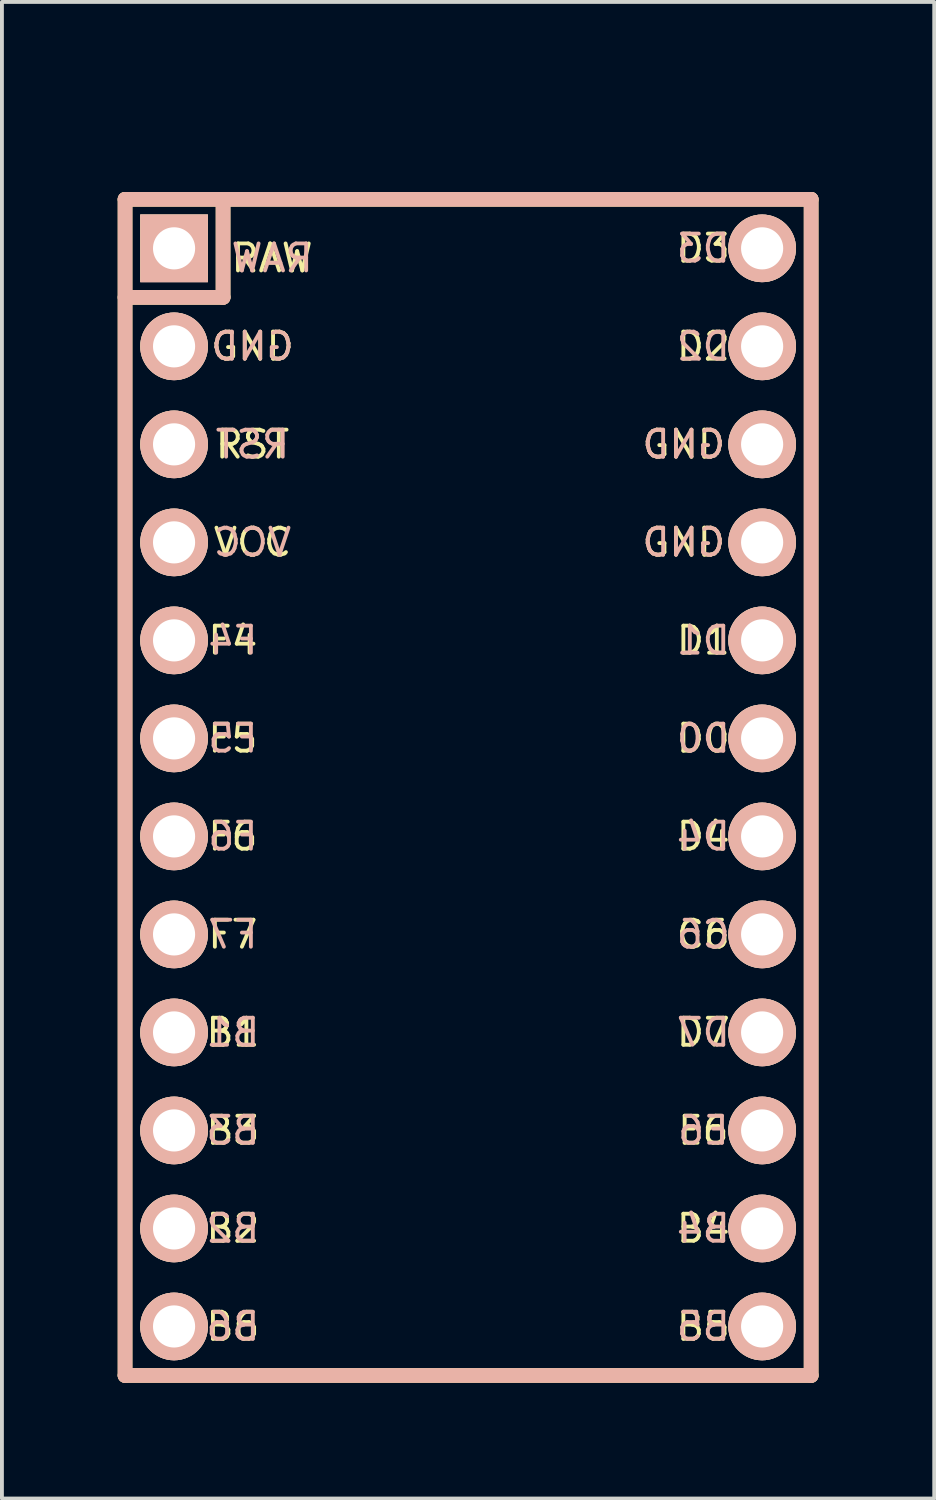
<source format=kicad_pcb>
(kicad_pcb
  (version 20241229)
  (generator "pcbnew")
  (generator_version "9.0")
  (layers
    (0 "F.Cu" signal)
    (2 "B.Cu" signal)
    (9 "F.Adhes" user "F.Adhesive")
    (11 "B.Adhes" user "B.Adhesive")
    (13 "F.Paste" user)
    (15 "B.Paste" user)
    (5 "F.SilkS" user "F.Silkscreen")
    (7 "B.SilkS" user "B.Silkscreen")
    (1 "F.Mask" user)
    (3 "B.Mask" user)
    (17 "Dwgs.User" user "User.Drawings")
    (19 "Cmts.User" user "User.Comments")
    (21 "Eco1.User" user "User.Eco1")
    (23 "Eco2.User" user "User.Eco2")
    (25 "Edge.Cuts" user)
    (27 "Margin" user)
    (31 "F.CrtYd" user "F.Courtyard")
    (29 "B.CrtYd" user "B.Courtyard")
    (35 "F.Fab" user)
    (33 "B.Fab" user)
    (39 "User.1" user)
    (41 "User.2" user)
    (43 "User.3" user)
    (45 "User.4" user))
  (footprint "Pro_Micro"
    (layer "F.Cu")
    (at 9.081 15.832)
    (property "Reference" "Pro_Micro" (at 0.508 -14.732 0) (layer "Eco1.User") (effects (font (size 1.27 1.524) (thickness 0.203))))
    (attr through_hole)
    (fp_line (start -8.89 -13.716) (end -8.89 16.764) (stroke (width 0.381) (type solid)) (layer "F.SilkS"))
    (fp_line (start -8.89 16.764) (end 8.89 16.764) (stroke (width 0.381) (type solid)) (layer "F.SilkS"))
    (fp_line (start -6.35 -13.716) (end -6.35 -11.176) (stroke (width 0.381) (type solid)) (layer "F.SilkS"))
    (fp_line (start -6.35 -11.176) (end -8.89 -11.176) (stroke (width 0.381) (type solid)) (layer "F.SilkS"))
    (fp_line (start 8.89 -13.716) (end -8.89 -13.716) (stroke (width 0.381) (type solid)) (layer "F.SilkS"))
    (fp_line (start 8.89 16.764) (end 8.89 -13.716) (stroke (width 0.381) (type solid)) (layer "F.SilkS"))
    (fp_line (start -8.89 -13.716) (end -8.89 16.764) (stroke (width 0.381) (type solid)) (layer "B.SilkS"))
    (fp_line (start -8.89 16.764) (end 8.89 16.764) (stroke (width 0.381) (type solid)) (layer "B.SilkS"))
    (fp_line (start -6.35 -13.716) (end -6.35 -11.176) (stroke (width 0.381) (type solid)) (layer "B.SilkS"))
    (fp_line (start -6.35 -11.176) (end -8.89 -11.176) (stroke (width 0.381) (type solid)) (layer "B.SilkS"))
    (fp_line (start 8.89 -13.716) (end -8.89 -13.716) (stroke (width 0.381) (type solid)) (layer "B.SilkS"))
    (fp_line (start 8.89 16.764) (end 8.89 -13.716) (stroke (width 0.381) (type solid)) (layer "B.SilkS"))
    (fp_text user "B5" (at 6.096 15.494 0) (layer "F.SilkS") (effects (font (size 0.7 0.7) (thickness 0.1))))
    (fp_text user "D1" (at 6.096 -2.286 0) (layer "F.SilkS") (effects (font (size 0.7 0.7) (thickness 0.1))))
    (fp_text user "B6" (at -6.096 15.494 0) (layer "F.SilkS") (effects (font (size 0.7 0.7) (thickness 0.1))))
    (fp_text user "VCC" (at -5.588 -4.826 0) (layer "F.SilkS") (effects (font (size 0.7 0.7) (thickness 0.1))))
    (fp_text user "F5" (at -6.096 0.254 0) (layer "F.SilkS") (effects (font (size 0.7 0.7) (thickness 0.1))))
    (fp_text user "B2" (at -6.096 12.954 0) (layer "F.SilkS") (effects (font (size 0.7 0.7) (thickness 0.1))))
    (fp_text user "D3" (at 6.096 -12.446 0) (layer "F.SilkS") (effects (font (size 0.7 0.7) (thickness 0.1))))
    (fp_text user "D0" (at 6.096 0.254 0) (layer "F.SilkS") (effects (font (size 0.7 0.7) (thickness 0.1))))
    (fp_text user "D7" (at 6.096 7.874 0) (layer "F.SilkS") (effects (font (size 0.7 0.7) (thickness 0.1))))
    (fp_text user "RST" (at -5.588 -7.366 0) (layer "F.SilkS") (effects (font (size 0.7 0.7) (thickness 0.1))))
    (fp_text user "D4" (at 6.096 2.794 0) (layer "F.SilkS") (effects (font (size 0.7 0.7) (thickness 0.1))))
    (fp_text user "F4" (at -6.096 -2.286 0) (layer "F.SilkS") (effects (font (size 0.7 0.7) (thickness 0.1))))
    (fp_text user "B3" (at -6.096 10.414 0) (layer "F.SilkS") (effects (font (size 0.7 0.7) (thickness 0.1))))
    (fp_text user "RAW" (at -5.08 -12.192 0) (layer "F.SilkS") (effects (font (size 0.7 0.7) (thickness 0.1))))
    (fp_text user "B4" (at 6.096 12.954 0) (layer "F.SilkS") (effects (font (size 0.7 0.7) (thickness 0.1))))
    (fp_text user "GND" (at 5.588 -7.366 0) (layer "F.SilkS") (effects (font (size 0.7 0.7) (thickness 0.1))))
    (fp_text user "B1" (at -6.096 7.874 0) (layer "F.SilkS") (effects (font (size 0.7 0.7) (thickness 0.1))))
    (fp_text user "GND" (at -5.588 -9.906 0) (layer "F.SilkS") (effects (font (size 0.7 0.7) (thickness 0.1))))
    (fp_text user "F7" (at -6.096 5.334 0) (layer "F.SilkS") (effects (font (size 0.7 0.7) (thickness 0.1))))
    (fp_text user "GND" (at 5.588 -4.826 0) (layer "F.SilkS") (effects (font (size 0.7 0.7) (thickness 0.1))))
    (fp_text user "F6" (at -6.096 2.794 0) (layer "F.SilkS") (effects (font (size 0.7 0.7) (thickness 0.1))))
    (fp_text user "C6" (at 6.096 5.334 0) (layer "F.SilkS") (effects (font (size 0.7 0.7) (thickness 0.1))))
    (fp_text user "E6" (at 6.096 10.414 0) (layer "F.SilkS") (effects (font (size 0.7 0.7) (thickness 0.1))))
    (fp_text user "D2" (at 6.096 -9.906 0) (layer "F.SilkS") (effects (font (size 0.7 0.7) (thickness 0.1))))
    (fp_text user "D4" (at 6.096 2.794 0) (layer "B.SilkS") (effects (font (size 0.7 0.7) (thickness 0.1)) (justify mirror)))
    (fp_text user "D2" (at 6.096 -9.906 0) (layer "B.SilkS") (effects (font (size 0.7 0.7) (thickness 0.1)) (justify mirror)))
    (fp_text user "B6" (at -6.096 15.494 0) (layer "B.SilkS") (effects (font (size 0.7 0.7) (thickness 0.1)) (justify mirror)))
    (fp_text user "B3" (at -6.096 10.414 0) (layer "B.SilkS") (effects (font (size 0.7 0.7) (thickness 0.1)) (justify mirror)))
    (fp_text user "E6" (at 6.096 10.414 0) (layer "B.SilkS") (effects (font (size 0.7 0.7) (thickness 0.1)) (justify mirror)))
    (fp_text user "F7" (at -6.096 5.334 0) (layer "B.SilkS") (effects (font (size 0.7 0.7) (thickness 0.1)) (justify mirror)))
    (fp_text user "B1" (at -6.096 7.874 0) (layer "B.SilkS") (effects (font (size 0.7 0.7) (thickness 0.1)) (justify mirror)))
    (fp_text user "RST" (at -5.588 -7.366 0) (layer "B.SilkS") (effects (font (size 0.7 0.7) (thickness 0.1)) (justify mirror)))
    (fp_text user "F6" (at -6.096 2.794 0) (layer "B.SilkS") (effects (font (size 0.7 0.7) (thickness 0.1)) (justify mirror)))
    (fp_text user "B5" (at 6.096 15.494 0) (layer "B.SilkS") (effects (font (size 0.7 0.7) (thickness 0.1)) (justify mirror)))
    (fp_text user "D0" (at 6.096 0.254 0) (layer "B.SilkS") (effects (font (size 0.7 0.7) (thickness 0.1)) (justify mirror)))
    (fp_text user "D1" (at 6.096 -2.286 0) (layer "B.SilkS") (effects (font (size 0.7 0.7) (thickness 0.1)) (justify mirror)))
    (fp_text user "D3" (at 6.096 -12.446 0) (layer "B.SilkS") (effects (font (size 0.7 0.7) (thickness 0.1)) (justify mirror)))
    (fp_text user "GND" (at 5.588 -4.826 0) (layer "B.SilkS") (effects (font (size 0.7 0.7) (thickness 0.1)) (justify mirror)))
    (fp_text user "B2" (at -6.096 12.954 0) (layer "B.SilkS") (effects (font (size 0.7 0.7) (thickness 0.1)) (justify mirror)))
    (fp_text user "C6" (at 6.096 5.334 0) (layer "B.SilkS") (effects (font (size 0.7 0.7) (thickness 0.1)) (justify mirror)))
    (fp_text user "GND" (at -5.588 -9.906 0) (layer "B.SilkS") (effects (font (size 0.7 0.7) (thickness 0.1)) (justify mirror)))
    (fp_text user "GND" (at 5.588 -7.366 0) (layer "B.SilkS") (effects (font (size 0.7 0.7) (thickness 0.1)) (justify mirror)))
    (fp_text user "VCC" (at -5.588 -4.826 0) (layer "B.SilkS") (effects (font (size 0.7 0.7) (thickness 0.1)) (justify mirror)))
    (fp_text user "D7" (at 6.096 7.874 0) (layer "B.SilkS") (effects (font (size 0.7 0.7) (thickness 0.1)) (justify mirror)))
    (fp_text user "RAW" (at -5.08 -12.192 0) (layer "B.SilkS") (effects (font (size 0.7 0.7) (thickness 0.1)) (justify mirror)))
    (fp_text user "F4" (at -6.096 -2.286 0) (layer "B.SilkS") (effects (font (size 0.7 0.7) (thickness 0.1)) (justify mirror)))
    (fp_text user "F5" (at -6.096 0.254 0) (layer "B.SilkS") (effects (font (size 0.7 0.7) (thickness 0.1)) (justify mirror)))
    (fp_text user "B4" (at 6.096 12.954 0) (layer "B.SilkS") (effects (font (size 0.7 0.7) (thickness 0.1)) (justify mirror)))
    (pad "1" thru_hole rect (at -7.62 -12.446 270) (size 1.753 1.753) (drill 1.092) (layers "*.Cu" "*.SilkS" "*.Mask"))
    (pad "2" thru_hole circle (at -7.62 -9.906 270) (size 1.753 1.753) (drill 1.092) (layers "*.Cu" "*.SilkS" "*.Mask"))
    (pad "3" thru_hole circle (at -7.62 -7.366 270) (size 1.753 1.753) (drill 1.092) (layers "*.Cu" "*.SilkS" "*.Mask"))
    (pad "4" thru_hole circle (at -7.62 -4.826 270) (size 1.753 1.753) (drill 1.092) (layers "*.Cu" "*.SilkS" "*.Mask"))
    (pad "5" thru_hole circle (at -7.62 -2.286 270) (size 1.753 1.753) (drill 1.092) (layers "*.Cu" "*.SilkS" "*.Mask"))
    (pad "6" thru_hole circle (at -7.62 0.254 270) (size 1.753 1.753) (drill 1.092) (layers "*.Cu" "*.SilkS" "*.Mask"))
    (pad "7" thru_hole circle (at -7.62 2.794 270) (size 1.753 1.753) (drill 1.092) (layers "*.Cu" "*.SilkS" "*.Mask"))
    (pad "8" thru_hole circle (at -7.62 5.334 270) (size 1.753 1.753) (drill 1.092) (layers "*.Cu" "*.SilkS" "*.Mask"))
    (pad "9" thru_hole circle (at -7.62 7.874 270) (size 1.753 1.753) (drill 1.092) (layers "*.Cu" "*.SilkS" "*.Mask"))
    (pad "10" thru_hole circle (at -7.62 10.414 270) (size 1.753 1.753) (drill 1.092) (layers "*.Cu" "*.SilkS" "*.Mask"))
    (pad "11" thru_hole circle (at -7.62 12.954 270) (size 1.753 1.753) (drill 1.092) (layers "*.Cu" "*.SilkS" "*.Mask"))
    (pad "12" thru_hole circle (at -7.62 15.494 270) (size 1.753 1.753) (drill 1.092) (layers "*.Cu" "*.SilkS" "*.Mask"))
    (pad "13" thru_hole circle (at 7.62 -12.446 270) (size 1.753 1.753) (drill 1.092) (layers "*.Cu" "*.SilkS" "*.Mask"))
    (pad "14" thru_hole circle (at 7.62 -9.906 270) (size 1.753 1.753) (drill 1.092) (layers "*.Cu" "*.SilkS" "*.Mask"))
    (pad "15" thru_hole circle (at 7.62 -7.366 270) (size 1.753 1.753) (drill 1.092) (layers "*.Cu" "*.SilkS" "*.Mask"))
    (pad "16" thru_hole circle (at 7.62 -4.826 270) (size 1.753 1.753) (drill 1.092) (layers "*.Cu" "*.SilkS" "*.Mask"))
    (pad "17" thru_hole circle (at 7.62 -2.286 270) (size 1.753 1.753) (drill 1.092) (layers "*.Cu" "*.SilkS" "*.Mask"))
    (pad "18" thru_hole circle (at 7.62 0.254 270) (size 1.753 1.753) (drill 1.092) (layers "*.Cu" "*.SilkS" "*.Mask"))
    (pad "19" thru_hole circle (at 7.62 2.794 270) (size 1.753 1.753) (drill 1.092) (layers "*.Cu" "*.SilkS" "*.Mask"))
    (pad "20" thru_hole circle (at 7.62 5.334 270) (size 1.753 1.753) (drill 1.092) (layers "*.Cu" "*.SilkS" "*.Mask"))
    (pad "21" thru_hole circle (at 7.62 7.874 270) (size 1.753 1.753) (drill 1.092) (layers "*.Cu" "*.SilkS" "*.Mask"))
    (pad "22" thru_hole circle (at 7.62 10.414 270) (size 1.753 1.753) (drill 1.092) (layers "*.Cu" "*.SilkS" "*.Mask"))
    (pad "23" thru_hole circle (at 7.62 12.954 270) (size 1.753 1.753) (drill 1.092) (layers "*.Cu" "*.SilkS" "*.Mask"))
    (pad "24" thru_hole circle (at 7.62 15.494 270) (size 1.753 1.753) (drill 1.092) (layers "*.Cu" "*.SilkS" "*.Mask")))
  (gr_rect
    (start -3 -3)
    (end 21.161 35.786)
    (stroke (width 0.1) (type default))
    (fill no)
    (layer "Edge.Cuts")))
</source>
